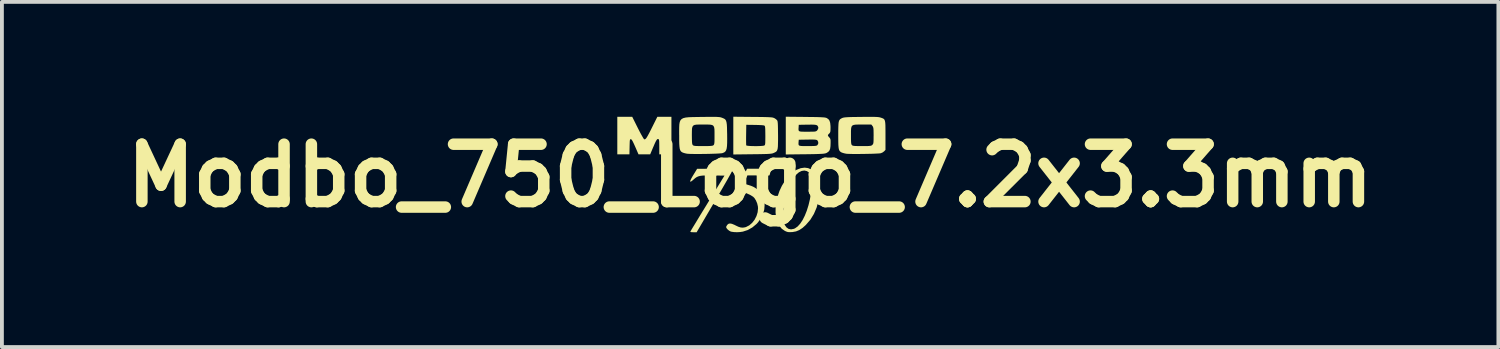
<source format=kicad_pcb>
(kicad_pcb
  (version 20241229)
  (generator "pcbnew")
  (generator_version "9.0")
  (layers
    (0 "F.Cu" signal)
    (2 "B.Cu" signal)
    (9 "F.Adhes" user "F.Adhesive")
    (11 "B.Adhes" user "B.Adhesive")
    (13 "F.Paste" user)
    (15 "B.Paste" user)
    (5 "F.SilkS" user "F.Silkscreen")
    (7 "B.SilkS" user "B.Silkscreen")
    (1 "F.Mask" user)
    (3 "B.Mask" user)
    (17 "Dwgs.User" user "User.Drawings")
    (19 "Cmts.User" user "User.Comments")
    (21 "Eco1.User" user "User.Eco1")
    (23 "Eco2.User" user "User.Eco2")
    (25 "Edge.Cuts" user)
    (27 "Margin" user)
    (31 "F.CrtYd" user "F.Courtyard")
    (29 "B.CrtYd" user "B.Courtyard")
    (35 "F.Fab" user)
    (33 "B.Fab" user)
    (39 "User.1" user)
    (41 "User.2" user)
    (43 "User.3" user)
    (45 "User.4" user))
  (footprint "Modbo_750_Logo_7.2x3.3mm"
    (layer "F.Cu")
    (at 16.55 1.539)
    (property "Reference" "Modbo_750_Logo_7.2x3.3mm" (at 0 0 0) (layer "F.SilkS") (effects (font (size 1.5 1.5) (thickness 0.3))))
    (attr board_only exclude_from_pos_files exclude_from_bom)
    (fp_poly (pts (xy -0.794 -0.18) (xy -0.682 -0.179) (xy -0.59 -0.177) (xy -0.519 -0.174) (xy -0.471 -0.171) (xy -0.449 -0.167) (xy -0.448 -0.167) (xy -0.454 -0.152) (xy -0.473 -0.115) (xy -0.504 -0.057) (xy -0.547 0.019) (xy -0.599 0.112) (xy -0.661 0.219) (xy -0.73 0.339) (xy -0.805 0.468) (xy -0.885 0.606) (xy -0.919 0.663) (xy -1.398 1.479) (xy -1.483 1.479) (xy -1.533 1.477) (xy -1.558 1.472) (xy -1.562 1.461) (xy -1.553 1.446) (xy -1.531 1.408) (xy -1.496 1.35) (xy -1.45 1.275) (xy -1.394 1.183) (xy -1.331 1.078) (xy -1.26 0.962) (xy -1.183 0.837) (xy -1.113 0.722) (xy -0.671 0) (xy -0.956 -0.004) (xy -1.077 -0.006) (xy -1.173 -0.005) (xy -1.248 -0.001) (xy -1.308 0.007) (xy -1.356 0.02) (xy -1.396 0.038) (xy -1.432 0.062) (xy -1.47 0.094) (xy -1.473 0.097) (xy -1.522 0.139) (xy -1.553 0.158) (xy -1.567 0.155) (xy -1.563 0.129) (xy -1.541 0.081) (xy -1.501 0.01) (xy -1.483 -0.019) (xy -1.385 -0.179) (xy -0.921 -0.18)) (stroke (width 0) (type solid)) (fill yes) (layer "F.SilkS"))
    (fp_poly (pts (xy -2.937 -1.248) (xy -2.894 -1.164) (xy -2.854 -1.088) (xy -2.819 -1.026) (xy -2.792 -0.98) (xy -2.774 -0.954) (xy -2.77 -0.95) (xy -2.755 -0.948) (xy -2.738 -0.955) (xy -2.719 -0.974) (xy -2.696 -1.007) (xy -2.667 -1.058) (xy -2.629 -1.129) (xy -2.582 -1.222) (xy -2.562 -1.262) (xy -2.425 -1.537) (xy -2.241 -1.537) (xy -2.057 -1.537) (xy -2.057 -1.046) (xy -2.057 -0.556) (xy -2.215 -0.556) (xy -2.374 -0.556) (xy -2.374 -0.751) (xy -2.375 -0.832) (xy -2.376 -0.888) (xy -2.38 -0.925) (xy -2.386 -0.945) (xy -2.395 -0.954) (xy -2.396 -0.955) (xy -2.412 -0.957) (xy -2.428 -0.951) (xy -2.445 -0.93) (xy -2.466 -0.894) (xy -2.493 -0.837) (xy -2.527 -0.757) (xy -2.533 -0.744) (xy -2.612 -0.556) (xy -2.765 -0.556) (xy -2.917 -0.556) (xy -3.003 -0.754) (xy -3.039 -0.834) (xy -3.066 -0.89) (xy -3.087 -0.926) (xy -3.103 -0.946) (xy -3.117 -0.952) (xy -3.118 -0.953) (xy -3.129 -0.951) (xy -3.137 -0.942) (xy -3.143 -0.923) (xy -3.146 -0.888) (xy -3.148 -0.833) (xy -3.15 -0.754) (xy -3.15 -0.754) (xy -3.154 -0.556) (xy -3.313 -0.556) (xy -3.471 -0.556) (xy -3.471 -1.046) (xy -3.471 -1.537) (xy -3.276 -1.537) (xy -3.081 -1.537)) (stroke (width 0) (type solid)) (fill yes) (layer "F.SilkS"))
    (fp_poly (pts (xy 0.069 -1.534) (xy 0.204 -1.533) (xy 0.314 -1.532) (xy 0.401 -1.53) (xy 0.469 -1.528) (xy 0.52 -1.525) (xy 0.559 -1.522) (xy 0.587 -1.518) (xy 0.608 -1.512) (xy 0.626 -1.505) (xy 0.635 -1.501) (xy 0.675 -1.475) (xy 0.705 -1.445) (xy 0.71 -1.436) (xy 0.717 -1.413) (xy 0.722 -1.37) (xy 0.725 -1.305) (xy 0.727 -1.217) (xy 0.728 -1.103) (xy 0.729 -1.045) (xy 0.729 -0.926) (xy 0.727 -0.833) (xy 0.725 -0.762) (xy 0.719 -0.709) (xy 0.709 -0.671) (xy 0.695 -0.643) (xy 0.676 -0.624) (xy 0.649 -0.608) (xy 0.616 -0.593) (xy 0.61 -0.59) (xy 0.591 -0.583) (xy 0.567 -0.577) (xy 0.537 -0.573) (xy 0.496 -0.569) (xy 0.442 -0.566) (xy 0.372 -0.564) (xy 0.281 -0.562) (xy 0.168 -0.56) (xy 0.054 -0.559) (xy -0.44 -0.553) (xy -0.44 -0.909) (xy -0.106 -0.909) (xy -0.105 -0.848) (xy -0.104 -0.807) (xy -0.102 -0.791) (xy -0.086 -0.784) (xy -0.046 -0.778) (xy 0.01 -0.774) (xy 0.077 -0.772) (xy 0.148 -0.771) (xy 0.219 -0.772) (xy 0.283 -0.775) (xy 0.333 -0.779) (xy 0.365 -0.785) (xy 0.369 -0.787) (xy 0.379 -0.794) (xy 0.387 -0.807) (xy 0.392 -0.828) (xy 0.395 -0.864) (xy 0.396 -0.917) (xy 0.397 -0.992) (xy 0.397 -1.045) (xy 0.396 -1.138) (xy 0.395 -1.207) (xy 0.392 -1.254) (xy 0.387 -1.284) (xy 0.38 -1.301) (xy 0.376 -1.305) (xy 0.351 -1.314) (xy 0.299 -1.319) (xy 0.219 -1.323) (xy 0.127 -1.325) (xy -0.101 -1.328) (xy -0.105 -1.068) (xy -0.106 -0.984) (xy -0.106 -0.909) (xy -0.44 -0.909) (xy -0.44 -1.046) (xy -0.44 -1.539)) (stroke (width 0) (type solid)) (fill yes) (layer "F.SilkS"))
    (fp_poly (pts (xy 0.343 -0.18) (xy 0.421 -0.18) (xy 0.478 -0.178) (xy 0.516 -0.176) (xy 0.538 -0.172) (xy 0.548 -0.167) (xy 0.55 -0.16) (xy 0.549 -0.155) (xy 0.539 -0.126) (xy 0.527 -0.083) (xy 0.523 -0.069) (xy 0.506 -0.007) (xy 0.217 -0.007) (xy -0.072 -0.007) (xy -0.118 0.101) (xy -0.163 0.209) (xy -0.06 0.24) (xy 0.02 0.265) (xy 0.08 0.29) (xy 0.132 0.319) (xy 0.184 0.357) (xy 0.189 0.362) (xy 0.271 0.445) (xy 0.329 0.542) (xy 0.365 0.65) (xy 0.378 0.765) (xy 0.369 0.883) (xy 0.337 1) (xy 0.283 1.114) (xy 0.206 1.22) (xy 0.168 1.262) (xy 0.058 1.353) (xy -0.062 1.421) (xy -0.188 1.462) (xy -0.192 1.463) (xy -0.265 1.474) (xy -0.345 1.478) (xy -0.422 1.475) (xy -0.486 1.466) (xy -0.511 1.459) (xy -0.551 1.437) (xy -0.59 1.405) (xy -0.618 1.37) (xy -0.628 1.343) (xy -0.619 1.32) (xy -0.599 1.288) (xy -0.598 1.286) (xy -0.567 1.259) (xy -0.527 1.25) (xy -0.476 1.259) (xy -0.408 1.287) (xy -0.383 1.3) (xy -0.307 1.336) (xy -0.245 1.355) (xy -0.19 1.359) (xy -0.133 1.35) (xy -0.107 1.342) (xy -0.023 1.299) (xy 0.052 1.234) (xy 0.116 1.152) (xy 0.165 1.057) (xy 0.196 0.956) (xy 0.206 0.853) (xy 0.202 0.802) (xy 0.183 0.723) (xy 0.151 0.648) (xy 0.111 0.585) (xy 0.077 0.551) (xy -0.001 0.503) (xy -0.099 0.459) (xy -0.21 0.424) (xy -0.236 0.418) (xy -0.289 0.404) (xy -0.32 0.393) (xy -0.333 0.382) (xy -0.335 0.367) (xy -0.333 0.361) (xy -0.325 0.339) (xy -0.306 0.295) (xy -0.278 0.235) (xy -0.244 0.162) (xy -0.206 0.081) (xy -0.203 0.075) (xy -0.081 -0.18) (xy 0.239 -0.18)) (stroke (width 0) (type solid)) (fill yes) (layer "F.SilkS"))
    (fp_poly (pts (xy 1.514 -0.197) (xy 1.595 -0.161) (xy 1.664 -0.101) (xy 1.722 -0.02) (xy 1.766 0.083) (xy 1.795 0.205) (xy 1.808 0.345) (xy 1.807 0.468) (xy 1.784 0.656) (xy 1.737 0.834) (xy 1.666 1) (xy 1.573 1.152) (xy 1.459 1.284) (xy 1.458 1.286) (xy 1.369 1.366) (xy 1.284 1.422) (xy 1.199 1.457) (xy 1.107 1.474) (xy 1.085 1.475) (xy 1.025 1.477) (xy 0.982 1.473) (xy 0.942 1.46) (xy 0.904 1.442) (xy 0.824 1.386) (xy 0.76 1.308) (xy 0.711 1.211) (xy 0.686 1.121) (xy 0.867 1.121) (xy 0.869 1.174) (xy 0.875 1.213) (xy 0.884 1.246) (xy 0.9 1.28) (xy 0.902 1.284) (xy 0.948 1.351) (xy 1.003 1.391) (xy 1.069 1.404) (xy 1.142 1.39) (xy 1.172 1.377) (xy 1.24 1.329) (xy 1.307 1.256) (xy 1.37 1.161) (xy 1.428 1.046) (xy 1.48 0.916) (xy 1.525 0.772) (xy 1.561 0.62) (xy 1.588 0.461) (xy 1.603 0.299) (xy 1.604 0.274) (xy 1.607 0.167) (xy 1.604 0.085) (xy 1.594 0.021) (xy 1.576 -0.028) (xy 1.55 -0.068) (xy 1.538 -0.081) (xy 1.481 -0.119) (xy 1.415 -0.133) (xy 1.344 -0.122) (xy 1.274 -0.087) (xy 1.207 -0.029) (xy 1.146 0.052) (xy 1.087 0.16) (xy 1.03 0.293) (xy 0.977 0.45) (xy 0.927 0.628) (xy 0.908 0.707) (xy 0.886 0.815) (xy 0.874 0.91) (xy 0.868 1.01) (xy 0.867 1.046) (xy 0.867 1.121) (xy 0.686 1.121) (xy 0.679 1.097) (xy 0.664 0.97) (xy 0.665 0.831) (xy 0.684 0.685) (xy 0.721 0.533) (xy 0.767 0.399) (xy 0.829 0.266) (xy 0.904 0.143) (xy 0.989 0.032) (xy 1.081 -0.061) (xy 1.175 -0.132) (xy 1.216 -0.154) (xy 1.323 -0.195) (xy 1.423 -0.209)) (stroke (width 0) (type solid)) (fill yes) (layer "F.SilkS"))
    (fp_poly (pts (xy 1.44 -1.534) (xy 1.578 -1.532) (xy 1.69 -1.531) (xy 1.779 -1.529) (xy 1.849 -1.526) (xy 1.901 -1.523) (xy 1.941 -1.52) (xy 1.969 -1.515) (xy 1.99 -1.509) (xy 2 -1.505) (xy 2.044 -1.476) (xy 2.073 -1.436) (xy 2.091 -1.378) (xy 2.099 -1.299) (xy 2.1 -1.256) (xy 2.099 -1.195) (xy 2.096 -1.155) (xy 2.088 -1.129) (xy 2.075 -1.109) (xy 2.064 -1.098) (xy 2.037 -1.07) (xy 2.031 -1.048) (xy 2.046 -1.023) (xy 2.065 -1.001) (xy 2.086 -0.977) (xy 2.097 -0.952) (xy 2.102 -0.916) (xy 2.102 -0.86) (xy 2.102 -0.858) (xy 2.099 -0.77) (xy 2.09 -0.704) (xy 2.072 -0.657) (xy 2.043 -0.623) (xy 2.002 -0.596) (xy 1.985 -0.588) (xy 1.966 -0.582) (xy 1.941 -0.577) (xy 1.904 -0.572) (xy 1.855 -0.569) (xy 1.789 -0.566) (xy 1.703 -0.563) (xy 1.595 -0.561) (xy 1.462 -0.559) (xy 1.432 -0.559) (xy 0.931 -0.553) (xy 0.931 -0.838) (xy 1.263 -0.838) (xy 1.265 -0.81) (xy 1.274 -0.792) (xy 1.295 -0.781) (xy 1.332 -0.775) (xy 1.388 -0.772) (xy 1.468 -0.772) (xy 1.503 -0.772) (xy 1.592 -0.773) (xy 1.656 -0.774) (xy 1.7 -0.777) (xy 1.73 -0.782) (xy 1.748 -0.79) (xy 1.756 -0.796) (xy 1.778 -0.833) (xy 1.779 -0.878) (xy 1.76 -0.917) (xy 1.756 -0.922) (xy 1.742 -0.931) (xy 1.721 -0.937) (xy 1.69 -0.941) (xy 1.642 -0.943) (xy 1.575 -0.943) (xy 1.499 -0.942) (xy 1.27 -0.938) (xy 1.265 -0.875) (xy 1.263 -0.838) (xy 0.931 -0.838) (xy 0.931 -1.046) (xy 0.931 -1.217) (xy 1.263 -1.217) (xy 1.265 -1.188) (xy 1.274 -1.168) (xy 1.295 -1.156) (xy 1.331 -1.15) (xy 1.388 -1.148) (xy 1.468 -1.147) (xy 1.496 -1.147) (xy 1.581 -1.148) (xy 1.641 -1.149) (xy 1.683 -1.151) (xy 1.711 -1.156) (xy 1.73 -1.164) (xy 1.745 -1.175) (xy 1.749 -1.179) (xy 1.776 -1.22) (xy 1.781 -1.263) (xy 1.763 -1.301) (xy 1.748 -1.313) (xy 1.73 -1.322) (xy 1.702 -1.328) (xy 1.661 -1.332) (xy 1.602 -1.333) (xy 1.52 -1.332) (xy 1.492 -1.332) (xy 1.27 -1.328) (xy 1.266 -1.257) (xy 1.263 -1.217) (xy 0.931 -1.217) (xy 0.931 -1.539)) (stroke (width 0) (type solid)) (fill yes) (layer "F.SilkS"))
    (fp_poly (pts (xy -0.942 -1.536) (xy -0.881 -1.535) (xy -0.835 -1.532) (xy -0.8 -1.529) (xy -0.773 -1.524) (xy -0.75 -1.517) (xy -0.737 -1.513) (xy -0.698 -1.497) (xy -0.667 -1.481) (xy -0.644 -1.46) (xy -0.628 -1.43) (xy -0.617 -1.389) (xy -0.609 -1.333) (xy -0.605 -1.257) (xy -0.603 -1.158) (xy -0.601 -1.086) (xy -0.6 -0.957) (xy -0.601 -0.854) (xy -0.605 -0.774) (xy -0.613 -0.713) (xy -0.626 -0.668) (xy -0.644 -0.636) (xy -0.669 -0.613) (xy -0.701 -0.597) (xy -0.729 -0.587) (xy -0.758 -0.583) (xy -0.811 -0.579) (xy -0.884 -0.575) (xy -0.972 -0.572) (xy -1.07 -0.569) (xy -1.173 -0.567) (xy -1.277 -0.566) (xy -1.378 -0.566) (xy -1.47 -0.566) (xy -1.549 -0.567) (xy -1.611 -0.57) (xy -1.65 -0.573) (xy -1.703 -0.584) (xy -1.752 -0.599) (xy -1.77 -0.607) (xy -1.795 -0.622) (xy -1.814 -0.642) (xy -1.829 -0.668) (xy -1.84 -0.706) (xy -1.847 -0.758) (xy -1.852 -0.828) (xy -1.854 -0.919) (xy -1.854 -1.036) (xy -1.854 -1.057) (xy -1.855 -1.075) (xy -1.523 -1.075) (xy -1.523 -1.049) (xy -1.522 -0.961) (xy -1.52 -0.897) (xy -1.517 -0.853) (xy -1.512 -0.824) (xy -1.504 -0.806) (xy -1.499 -0.798) (xy -1.487 -0.789) (xy -1.47 -0.782) (xy -1.443 -0.777) (xy -1.402 -0.774) (xy -1.342 -0.773) (xy -1.26 -0.772) (xy -1.229 -0.772) (xy -1.137 -0.772) (xy -1.069 -0.774) (xy -1.021 -0.777) (xy -0.99 -0.781) (xy -0.969 -0.788) (xy -0.957 -0.796) (xy -0.947 -0.808) (xy -0.94 -0.826) (xy -0.935 -0.854) (xy -0.932 -0.897) (xy -0.931 -0.961) (xy -0.931 -1.044) (xy -0.931 -1.142) (xy -0.933 -1.215) (xy -0.942 -1.267) (xy -0.96 -1.301) (xy -0.991 -1.322) (xy -1.04 -1.332) (xy -1.11 -1.335) (xy -1.204 -1.335) (xy -1.225 -1.335) (xy -1.325 -1.335) (xy -1.399 -1.333) (xy -1.452 -1.325) (xy -1.487 -1.307) (xy -1.508 -1.277) (xy -1.519 -1.231) (xy -1.522 -1.164) (xy -1.523 -1.075) (xy -1.855 -1.075) (xy -1.855 -1.172) (xy -1.854 -1.266) (xy -1.85 -1.342) (xy -1.839 -1.402) (xy -1.82 -1.447) (xy -1.789 -1.48) (xy -1.745 -1.503) (xy -1.684 -1.518) (xy -1.604 -1.526) (xy -1.503 -1.53) (xy -1.378 -1.532) (xy -1.248 -1.534) (xy -1.122 -1.535) (xy -1.021 -1.536)) (stroke (width 0) (type solid)) (fill yes) (layer "F.SilkS"))
    (fp_poly (pts (xy 3.211 -1.536) (xy 3.274 -1.534) (xy 3.322 -1.532) (xy 3.359 -1.528) (xy 3.387 -1.523) (xy 3.411 -1.516) (xy 3.411 -1.516) (xy 3.447 -1.504) (xy 3.475 -1.492) (xy 3.497 -1.477) (xy 3.512 -1.456) (xy 3.523 -1.424) (xy 3.53 -1.38) (xy 3.534 -1.318) (xy 3.535 -1.237) (xy 3.536 -1.132) (xy 3.536 -1.053) (xy 3.536 -0.673) (xy 3.501 -0.636) (xy 3.461 -0.606) (xy 3.415 -0.586) (xy 3.414 -0.586) (xy 3.383 -0.581) (xy 3.329 -0.578) (xy 3.254 -0.574) (xy 3.166 -0.571) (xy 3.067 -0.569) (xy 2.964 -0.567) (xy 2.86 -0.566) (xy 2.761 -0.566) (xy 2.67 -0.566) (xy 2.594 -0.568) (xy 2.537 -0.57) (xy 2.507 -0.573) (xy 2.454 -0.584) (xy 2.406 -0.599) (xy 2.388 -0.606) (xy 2.363 -0.621) (xy 2.343 -0.639) (xy 2.328 -0.662) (xy 2.317 -0.695) (xy 2.31 -0.741) (xy 2.305 -0.804) (xy 2.303 -0.887) (xy 2.302 -0.993) (xy 2.302 -1.056) (xy 2.302 -1.077) (xy 2.634 -1.077) (xy 2.634 -1.049) (xy 2.634 -0.961) (xy 2.636 -0.897) (xy 2.639 -0.853) (xy 2.644 -0.824) (xy 2.652 -0.806) (xy 2.658 -0.798) (xy 2.669 -0.789) (xy 2.687 -0.782) (xy 2.714 -0.777) (xy 2.756 -0.774) (xy 2.816 -0.773) (xy 2.901 -0.772) (xy 2.92 -0.772) (xy 3.009 -0.772) (xy 3.073 -0.773) (xy 3.118 -0.776) (xy 3.149 -0.78) (xy 3.169 -0.786) (xy 3.184 -0.796) (xy 3.192 -0.803) (xy 3.205 -0.817) (xy 3.214 -0.833) (xy 3.22 -0.856) (xy 3.223 -0.891) (xy 3.225 -0.943) (xy 3.225 -1.017) (xy 3.226 -1.047) (xy 3.225 -1.131) (xy 3.224 -1.191) (xy 3.221 -1.232) (xy 3.215 -1.26) (xy 3.207 -1.281) (xy 3.196 -1.297) (xy 3.166 -1.335) (xy 2.933 -1.335) (xy 2.833 -1.335) (xy 2.758 -1.333) (xy 2.705 -1.325) (xy 2.669 -1.308) (xy 2.648 -1.278) (xy 2.638 -1.232) (xy 2.634 -1.166) (xy 2.634 -1.077) (xy 2.302 -1.077) (xy 2.302 -1.174) (xy 2.304 -1.266) (xy 2.307 -1.337) (xy 2.312 -1.39) (xy 2.321 -1.427) (xy 2.334 -1.454) (xy 2.351 -1.474) (xy 2.374 -1.489) (xy 2.396 -1.501) (xy 2.414 -1.509) (xy 2.435 -1.515) (xy 2.462 -1.52) (xy 2.498 -1.524) (xy 2.547 -1.527) (xy 2.612 -1.53) (xy 2.697 -1.532) (xy 2.804 -1.533) (xy 2.897 -1.534) (xy 3.026 -1.536) (xy 3.129 -1.536)) (stroke (width 0) (type solid)) (fill yes) (layer "F.SilkS")))
  (gr_rect
    (start -3 -3)
    (end 36.1 6.018)
    (stroke (width 0.1) (type default))
    (fill no)
    (layer "Edge.Cuts")))
</source>
